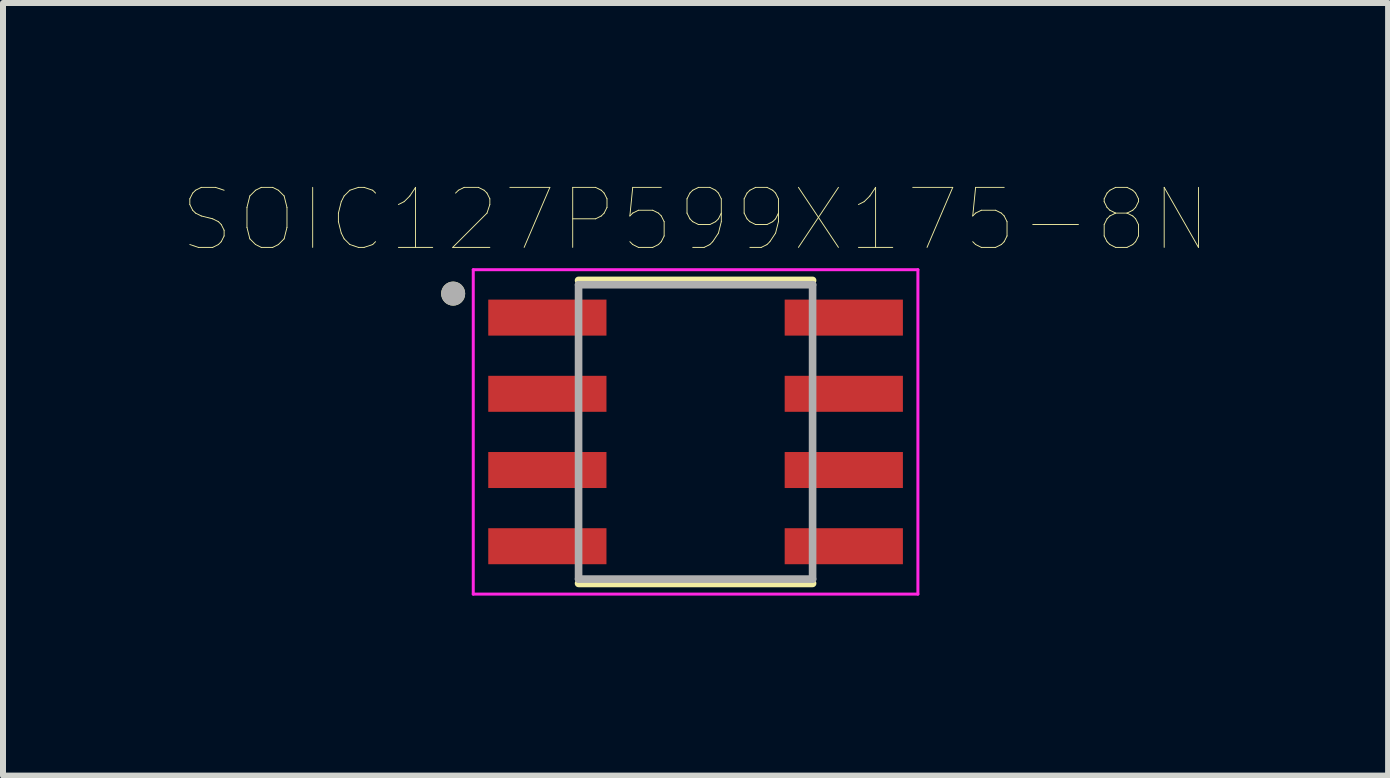
<source format=kicad_pcb>
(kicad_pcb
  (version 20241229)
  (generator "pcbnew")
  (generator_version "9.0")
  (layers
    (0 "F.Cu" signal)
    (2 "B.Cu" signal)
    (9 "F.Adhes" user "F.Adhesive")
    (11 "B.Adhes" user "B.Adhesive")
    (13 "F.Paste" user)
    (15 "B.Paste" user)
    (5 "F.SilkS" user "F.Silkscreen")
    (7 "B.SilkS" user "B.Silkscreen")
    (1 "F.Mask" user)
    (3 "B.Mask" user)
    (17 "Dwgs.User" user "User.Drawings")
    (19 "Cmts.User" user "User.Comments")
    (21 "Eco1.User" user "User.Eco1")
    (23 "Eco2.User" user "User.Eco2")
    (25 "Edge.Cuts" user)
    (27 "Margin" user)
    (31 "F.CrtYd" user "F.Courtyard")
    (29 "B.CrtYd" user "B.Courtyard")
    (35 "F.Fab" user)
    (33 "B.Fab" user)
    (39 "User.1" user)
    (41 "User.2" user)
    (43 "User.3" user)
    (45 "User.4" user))
  (footprint "SOIC127P599X175-8N"
    (layer "F.Cu")
    (at 8.542 4.148)
    (property "Reference" "SOIC127P599X175-8N" (at 0 -3.537 0) (layer "F.SilkS") (effects (font (size 1 1) (thickness 0.015))))
    (attr through_hole)
    (fp_line (start -1.95 -2.525) (end 1.95 -2.525) (stroke (width 0.127) (type solid)) (layer "F.SilkS"))
    (fp_line (start -1.95 2.525) (end 1.95 2.525) (stroke (width 0.127) (type solid)) (layer "F.SilkS"))
    (fp_circle (center -4.04 -2.305) (end -3.94 -2.305) (stroke (width 0.2) (type solid)) (fill no) (layer "F.SilkS"))
    (fp_line (start -3.705 -2.703) (end -3.705 2.703) (stroke (width 0.05) (type solid)) (layer "F.CrtYd"))
    (fp_line (start -3.705 -2.703) (end 3.705 -2.703) (stroke (width 0.05) (type solid)) (layer "F.CrtYd"))
    (fp_line (start -3.705 2.703) (end 3.705 2.703) (stroke (width 0.05) (type solid)) (layer "F.CrtYd"))
    (fp_line (start 3.705 -2.703) (end 3.705 2.703) (stroke (width 0.05) (type solid)) (layer "F.CrtYd"))
    (fp_line (start -1.95 -2.453) (end -1.95 2.453) (stroke (width 0.127) (type solid)) (layer "F.Fab"))
    (fp_line (start -1.95 -2.453) (end 1.95 -2.453) (stroke (width 0.127) (type solid)) (layer "F.Fab"))
    (fp_line (start -1.95 2.453) (end 1.95 2.453) (stroke (width 0.127) (type solid)) (layer "F.Fab"))
    (fp_line (start 1.95 -2.453) (end 1.95 2.453) (stroke (width 0.127) (type solid)) (layer "F.Fab"))
    (fp_circle (center -4.04 -2.305) (end -3.94 -2.305) (stroke (width 0.2) (type solid)) (fill no) (layer "F.Fab"))
    (pad "1" smd rect (at -2.47 -1.905) (size 1.97 0.6) (layers "F.Cu" "F.Mask" "F.Paste"))
    (pad "2" smd rect (at -2.47 -0.635) (size 1.97 0.6) (layers "F.Cu" "F.Mask" "F.Paste"))
    (pad "3" smd rect (at -2.47 0.635) (size 1.97 0.6) (layers "F.Cu" "F.Mask" "F.Paste"))
    (pad "4" smd rect (at -2.47 1.905) (size 1.97 0.6) (layers "F.Cu" "F.Mask" "F.Paste"))
    (pad "5" smd rect (at 2.47 1.905) (size 1.97 0.6) (layers "F.Cu" "F.Mask" "F.Paste"))
    (pad "6" smd rect (at 2.47 0.635) (size 1.97 0.6) (layers "F.Cu" "F.Mask" "F.Paste"))
    (pad "7" smd rect (at 2.47 -0.635) (size 1.97 0.6) (layers "F.Cu" "F.Mask" "F.Paste"))
    (pad "8" smd rect (at 2.47 -1.905) (size 1.97 0.6) (layers "F.Cu" "F.Mask" "F.Paste")))
  (gr_rect
    (start -3 -3)
    (end 20.083 9.876)
    (stroke (width 0.1) (type default))
    (fill no)
    (layer "Edge.Cuts")))
</source>
